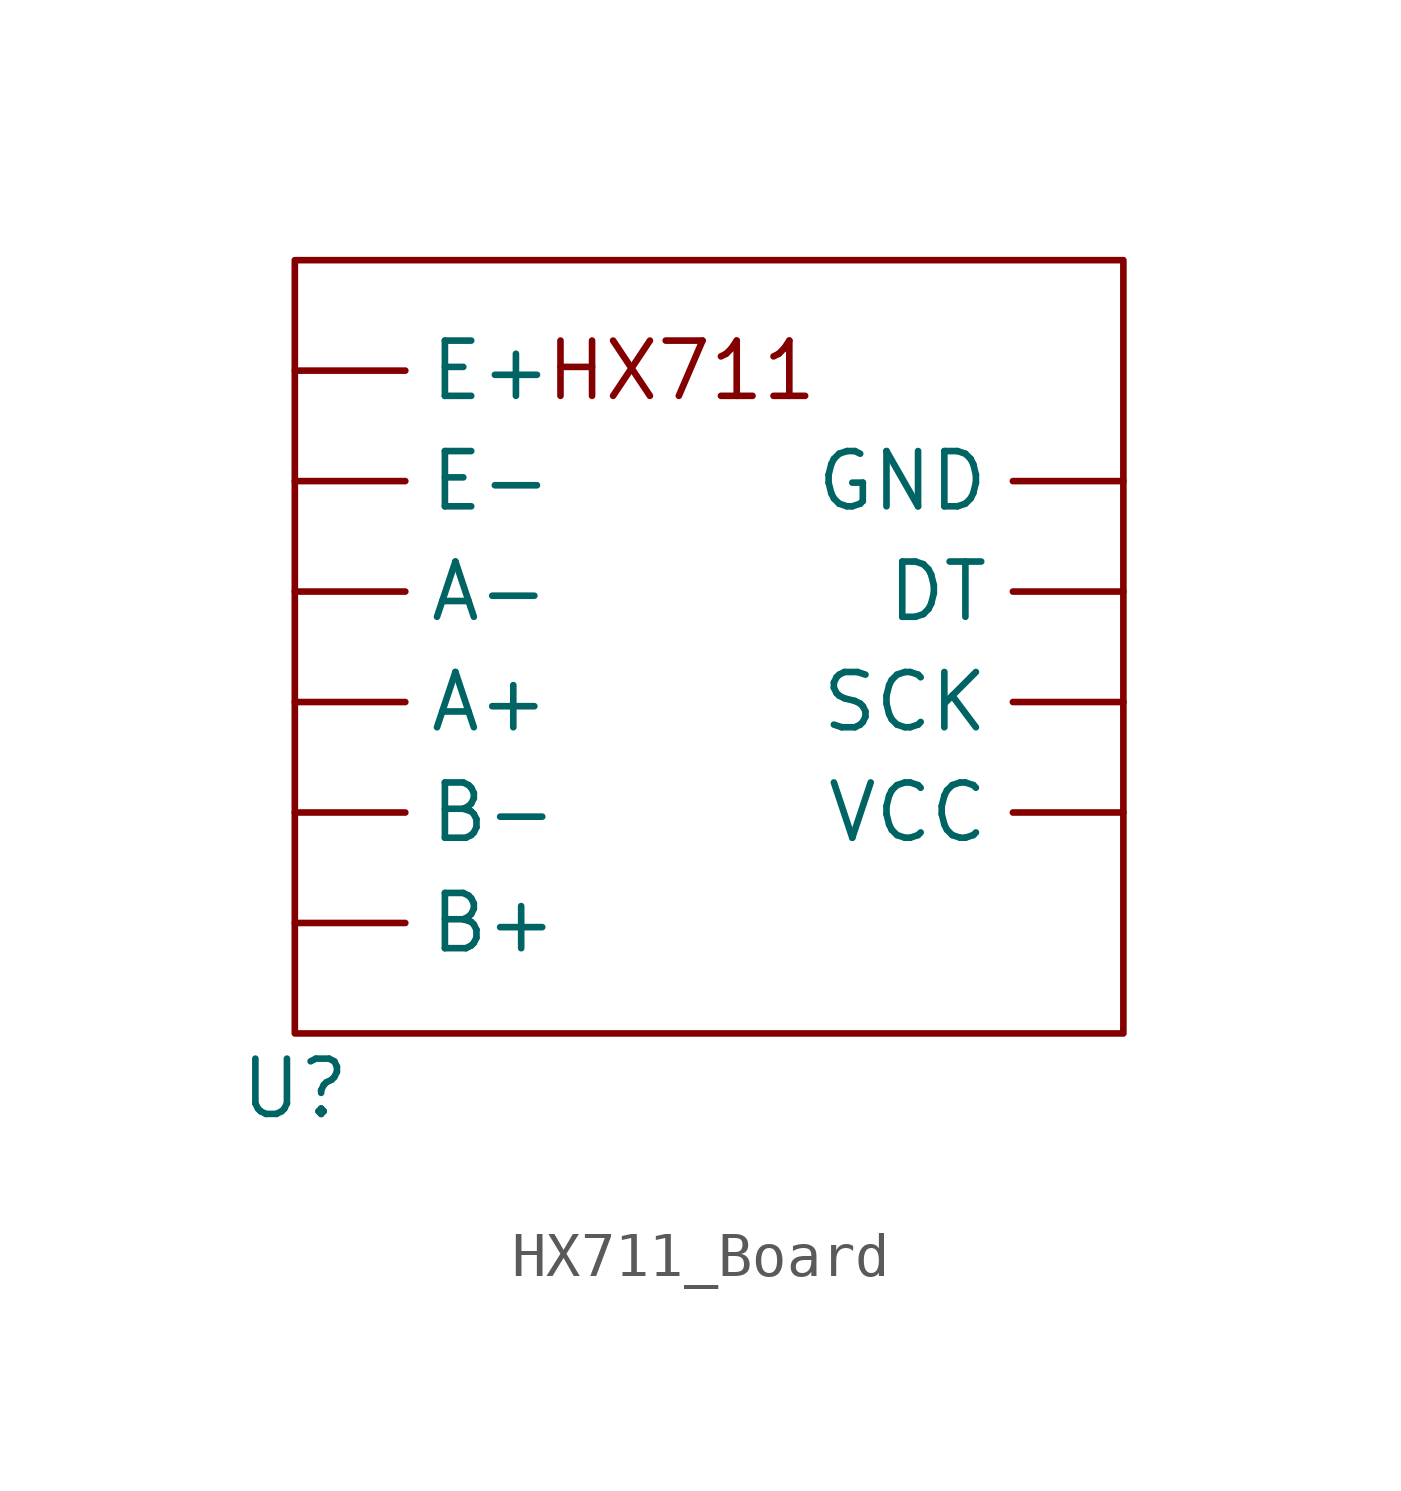
<source format=kicad_sym>
(kicad_symbol_lib
  (version 20220914)
  (generator kicad_symbol_editor)
  (symbol "HX711_Board"
    (property "Reference" "U"
      (at 0 -1.27 0)
      (effects (font (size 1.27 1.27))))
    (property "Value" ""
      (at 0 3.81 0)
      (effects (font (size 1.27 1.27))))
    (symbol "HX711_Board_0_1"
      (rectangle (start 0 17.78) (end 19.05 0) (stroke (width 0) (type default)) (fill (type none))))
    (symbol "HX711_Board_1_1"
      (text "HX711" (at 8.89 15.24 0) (effects (font (size 1.27 1.27))))
      (pin input line (at 0 7.62 0) (length 2.54) (name "A+" (effects (font (size 1.27 1.27)))) (number "" (effects (font (size 1.27 1.27)))))
      (pin input line (at 0 10.16 0) (length 2.54) (name "A-" (effects (font (size 1.27 1.27)))) (number "" (effects (font (size 1.27 1.27)))))
      (pin input line (at 0 2.54 0) (length 2.54) (name "B+" (effects (font (size 1.27 1.27)))) (number "" (effects (font (size 1.27 1.27)))))
      (pin input line (at 0 5.08 0) (length 2.54) (name "B-" (effects (font (size 1.27 1.27)))) (number "" (effects (font (size 1.27 1.27)))))
      (pin output line (at 19.05 10.16 180) (length 2.54) (name "DT" (effects (font (size 1.27 1.27)))) (number "" (effects (font (size 1.27 1.27)))))
      (pin input line (at 0 15.24 0) (length 2.54) (name "E+" (effects (font (size 1.27 1.27)))) (number "" (effects (font (size 1.27 1.27)))))
      (pin input line (at 0 12.7 0) (length 2.54) (name "E-" (effects (font (size 1.27 1.27)))) (number "" (effects (font (size 1.27 1.27)))))
      (pin output line (at 19.05 12.7 180) (length 2.54) (name "GND" (effects (font (size 1.27 1.27)))) (number "" (effects (font (size 1.27 1.27)))))
      (pin output line (at 19.05 7.62 180) (length 2.54) (name "SCK" (effects (font (size 1.27 1.27)))) (number "" (effects (font (size 1.27 1.27)))))
      (pin output line (at 19.05 5.08 180) (length 2.54) (name "VCC" (effects (font (size 1.27 1.27)))) (number "" (effects (font (size 1.27 1.27))))))))
</source>
